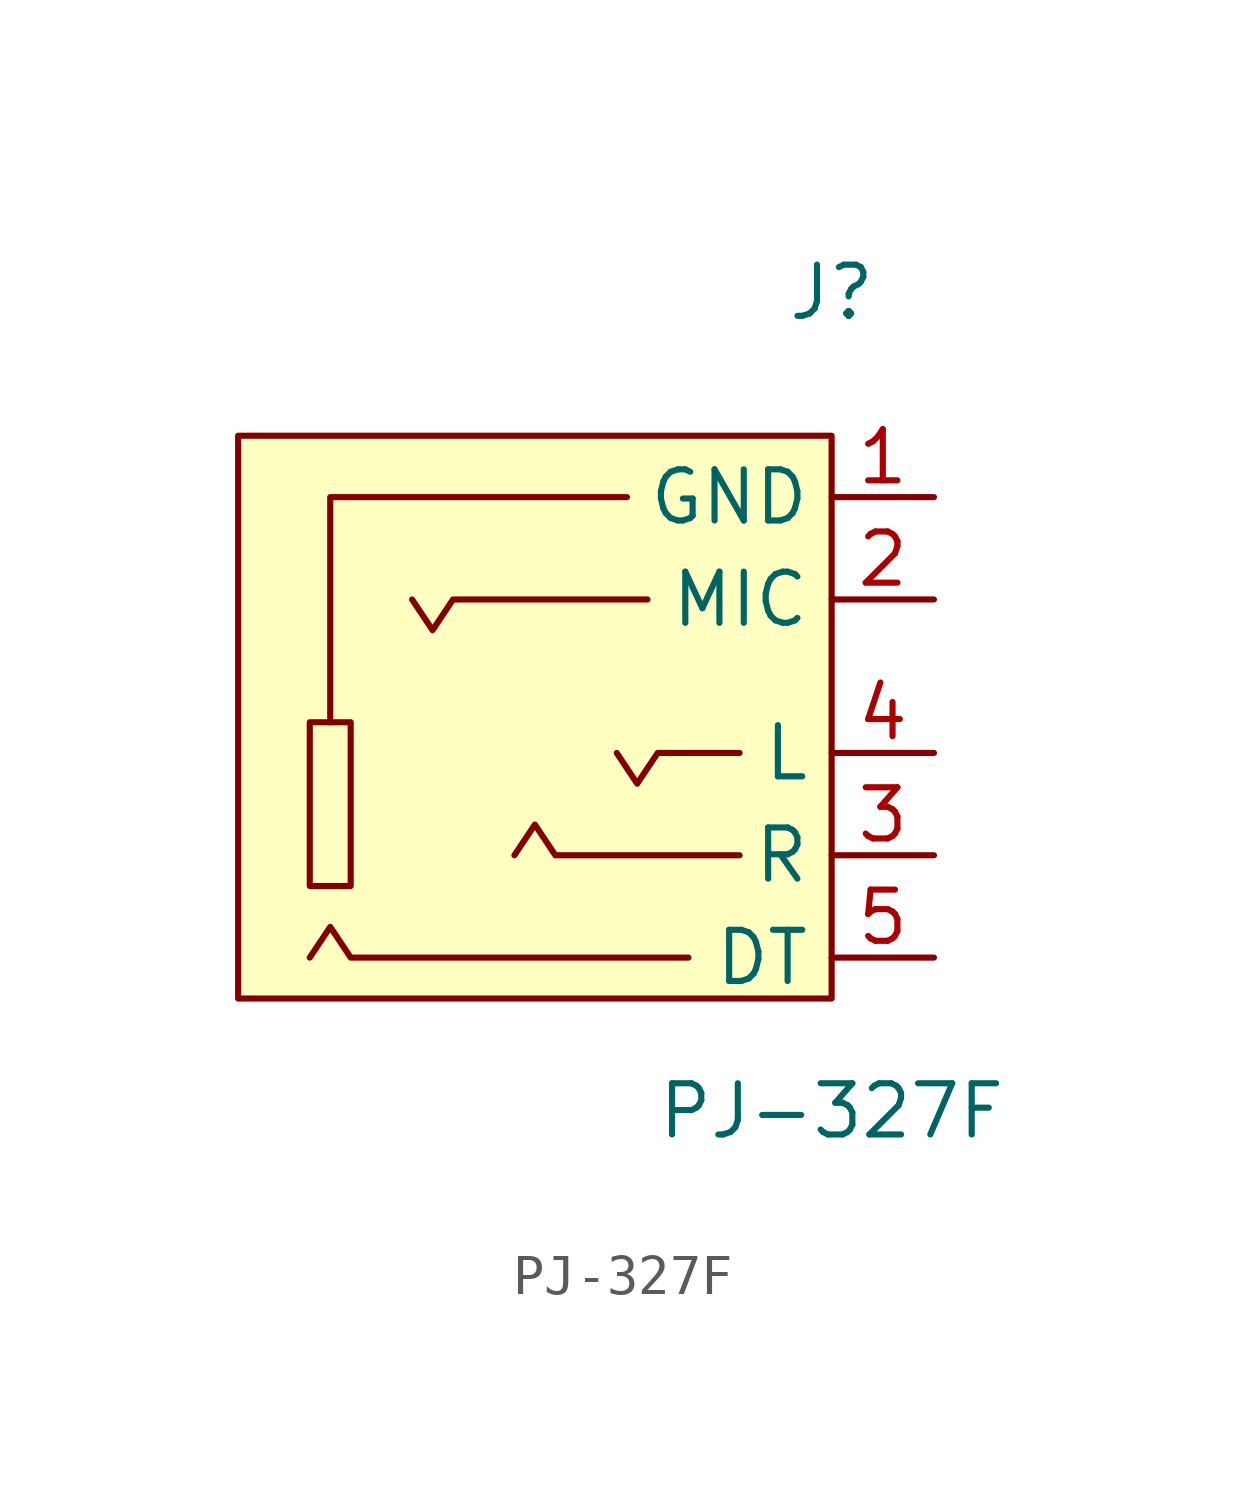
<source format=kicad_sym>
(kicad_symbol_lib
  (version 20241209)
  (generator "kicad_symbol_editor")
  (generator_version "9.0")
  (symbol "PJ-327F"
    (property "Reference" "J"
      (at 0 10.16 0)
      (effects (font (size 1.27 1.27))))
    (property "Value" "PJ-327F"
      (at 0 -10.16 0)
      (effects (font (size 1.27 1.27))))
    (symbol "PJ-327F_0_1"
      (rectangle (start -14.732 6.604) (end 0 -7.366) (stroke (width 0) (type default)) (fill (type color) (color 255 255 194 1)))
      (rectangle (start -12.954 -0.508) (end -11.938 -4.572) (stroke (width 0) (type default)) (fill (type background)))
      (polyline (pts (xy -5.08 5.08) (xy -12.446 5.08) (xy -12.446 -0.508)) (stroke (width 0) (type default)) (fill (type none)))
      (polyline (pts (xy -4.572 2.54) (xy -9.398 2.54) (xy -9.906 1.778) (xy -10.414 2.54)) (stroke (width 0) (type default)) (fill (type none)))
      (polyline (pts (xy -3.556 -6.35) (xy -11.938 -6.35) (xy -12.446 -5.588) (xy -12.954 -6.35)) (stroke (width 0) (type default)) (fill (type none)))
      (polyline (pts (xy -2.286 -1.27) (xy -4.318 -1.27) (xy -4.826 -2.032) (xy -5.334 -1.27)) (stroke (width 0) (type default)) (fill (type none)))
      (polyline (pts (xy -2.286 -3.81) (xy -6.858 -3.81) (xy -7.366 -3.048) (xy -7.874 -3.81)) (stroke (width 0) (type default)) (fill (type none)))
      (pin passive line (at 2.54 2.54 180) (length 2.54) (name "MIC" (effects (font (size 1.27 1.27)))) (number "2" (effects (font (size 1.27 1.27)))))
      (pin passive line (at 2.54 -1.27 180) (length 2.54) (name "L" (effects (font (size 1.27 1.27)))) (number "4" (effects (font (size 1.27 1.27)))))
      (pin passive line (at 2.54 -3.81 180) (length 2.54) (name "R" (effects (font (size 1.27 1.27)))) (number "3" (effects (font (size 1.27 1.27)))))
      (pin passive line (at 2.54 -6.35 180) (length 2.54) (name "DT" (effects (font (size 1.27 1.27)))) (number "5" (effects (font (size 1.27 1.27))))))
    (symbol "PJ-327F_1_1"
      (pin passive line (at 2.54 5.08 180) (length 2.54) (name "GND" (effects (font (size 1.27 1.27)))) (number "1" (effects (font (size 1.27 1.27))))))))
</source>
